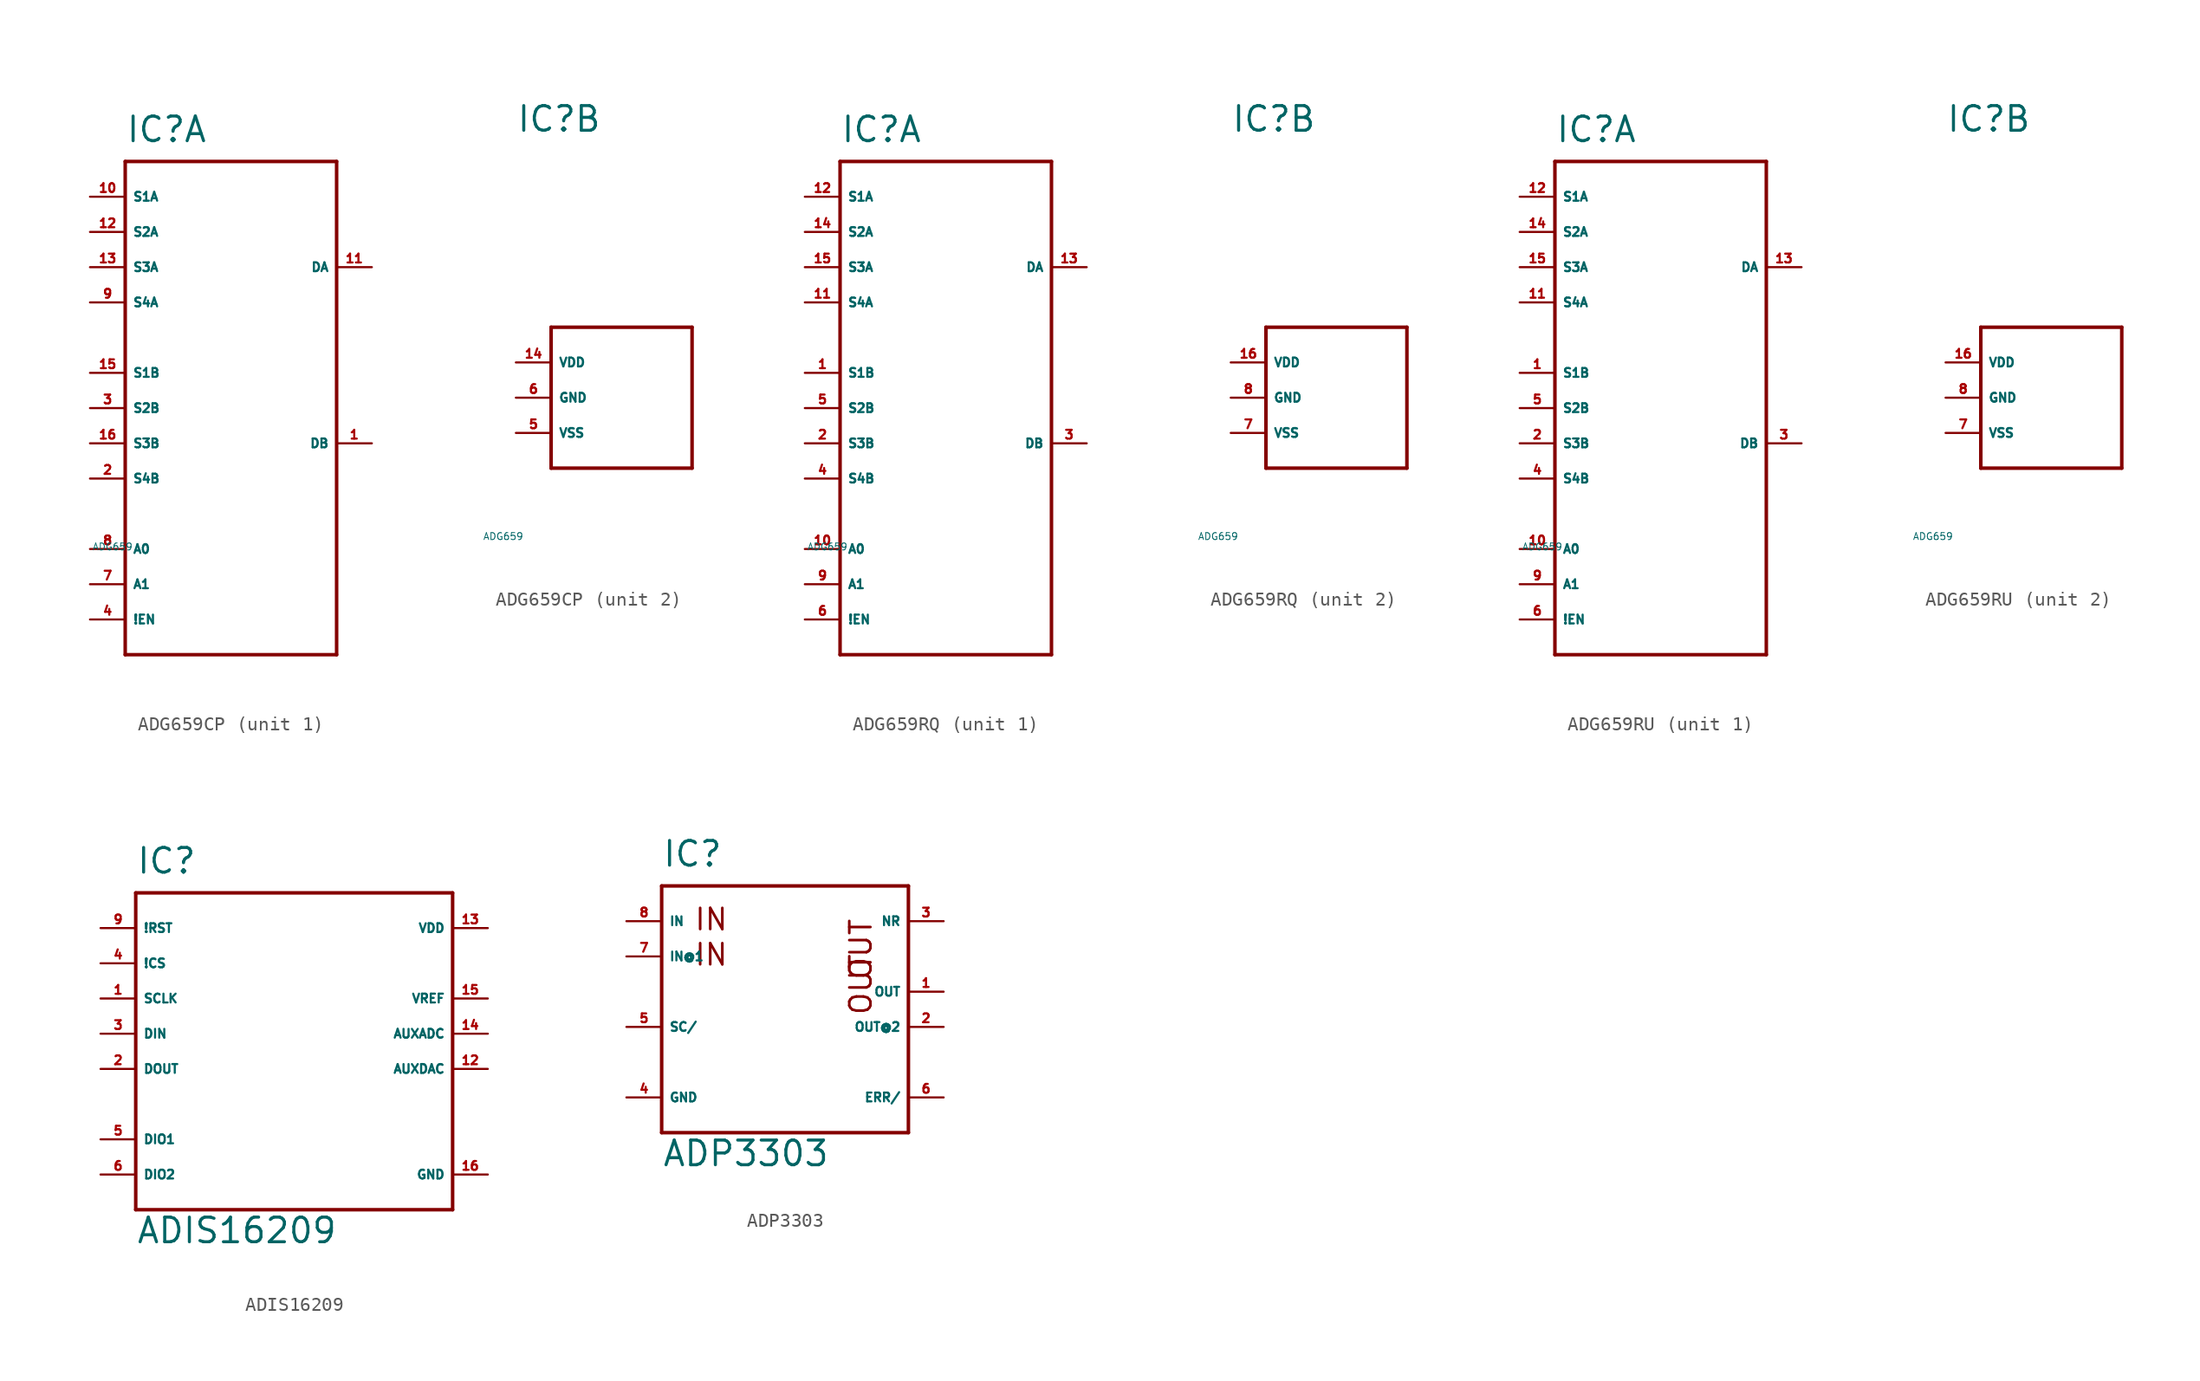
<source format=kicad_sym>
(kicad_symbol_lib
  (version 20220914)
  (generator Eagle2Kicad)
  (symbol "ADG659CP"
    (property "Reference" "IC"
      (at -7.62 19.05 0)
      (effects (font (size 1.778 1.778) (thickness 0.22)) (justify left bottom)))
    (property "Value" "ADG659"
      (at -10 -10 0)
      (effects (font (size 0.5 0.5) (thickness 0.06)) (justify left)))
    (symbol "ADG659CP_1_0"
      (polyline (pts (xy -7.62 17.78) (xy 7.62 17.78)) (stroke (width 0.254) (type default)) (fill (type none)))
      (polyline (pts (xy 7.62 17.78) (xy 7.62 -17.78)) (stroke (width 0.254) (type default)) (fill (type none)))
      (polyline (pts (xy 7.62 -17.78) (xy -7.62 -17.78)) (stroke (width 0.254) (type default)) (fill (type none)))
      (polyline (pts (xy -7.62 -17.78) (xy -7.62 17.78)) (stroke (width 0.254) (type default)) (fill (type none)))
      (pin bidirectional line (at -10.16 15.24 0) (length 2.54) (name "S1A" (effects (font (size 0.635 0.635) (thickness 0.08)) (justify left bottom))) (number "10" (effects (font (size 0.635 0.635) (thickness 0.08)) (justify left bottom))))
      (pin bidirectional line (at -10.16 12.7 0) (length 2.54) (name "S2A" (effects (font (size 0.635 0.635) (thickness 0.08)) (justify left bottom))) (number "12" (effects (font (size 0.635 0.635) (thickness 0.08)) (justify left bottom))))
      (pin bidirectional line (at -10.16 10.16 0) (length 2.54) (name "S3A" (effects (font (size 0.635 0.635) (thickness 0.08)) (justify left bottom))) (number "13" (effects (font (size 0.635 0.635) (thickness 0.08)) (justify left bottom))))
      (pin bidirectional line (at -10.16 7.62 0) (length 2.54) (name "S4A" (effects (font (size 0.635 0.635) (thickness 0.08)) (justify left bottom))) (number "9" (effects (font (size 0.635 0.635) (thickness 0.08)) (justify left bottom))))
      (pin bidirectional line (at 10.16 10.16 180) (length 2.54) (name "DA" (effects (font (size 0.635 0.635) (thickness 0.08)) (justify left bottom))) (number "11" (effects (font (size 0.635 0.635) (thickness 0.08)) (justify left bottom))))
      (pin input line (at -10.16 -10.16 0) (length 2.54) (name "A0" (effects (font (size 0.635 0.635) (thickness 0.08)) (justify left bottom))) (number "8" (effects (font (size 0.635 0.635) (thickness 0.08)) (justify left bottom))))
      (pin input line (at -10.16 -12.7 0) (length 2.54) (name "A1" (effects (font (size 0.635 0.635) (thickness 0.08)) (justify left bottom))) (number "7" (effects (font (size 0.635 0.635) (thickness 0.08)) (justify left bottom))))
      (pin input line (at -10.16 -15.24 0) (length 2.54) (name "!EN" (effects (font (size 0.635 0.635) (thickness 0.08)) (justify left bottom))) (number "4" (effects (font (size 0.635 0.635) (thickness 0.08)) (justify left bottom))))
      (pin bidirectional line (at -10.16 2.54 0) (length 2.54) (name "S1B" (effects (font (size 0.635 0.635) (thickness 0.08)) (justify left bottom))) (number "15" (effects (font (size 0.635 0.635) (thickness 0.08)) (justify left bottom))))
      (pin bidirectional line (at -10.16 0 0) (length 2.54) (name "S2B" (effects (font (size 0.635 0.635) (thickness 0.08)) (justify left bottom))) (number "3" (effects (font (size 0.635 0.635) (thickness 0.08)) (justify left bottom))))
      (pin bidirectional line (at -10.16 -2.54 0) (length 2.54) (name "S3B" (effects (font (size 0.635 0.635) (thickness 0.08)) (justify left bottom))) (number "16" (effects (font (size 0.635 0.635) (thickness 0.08)) (justify left bottom))))
      (pin bidirectional line (at -10.16 -5.08 0) (length 2.54) (name "S4B" (effects (font (size 0.635 0.635) (thickness 0.08)) (justify left bottom))) (number "2" (effects (font (size 0.635 0.635) (thickness 0.08)) (justify left bottom))))
      (pin bidirectional line (at 10.16 -2.54 180) (length 2.54) (name "DB" (effects (font (size 0.635 0.635) (thickness 0.08)) (justify left bottom))) (number "1" (effects (font (size 0.635 0.635) (thickness 0.08)) (justify left bottom)))))
    (symbol "ADG659CP_2_0"
      (polyline (pts (xy -5.08 5.08) (xy 5.08 5.08)) (stroke (width 0.254) (type default)) (fill (type none)))
      (polyline (pts (xy 5.08 5.08) (xy 5.08 -5.08)) (stroke (width 0.254) (type default)) (fill (type none)))
      (polyline (pts (xy 5.08 -5.08) (xy -5.08 -5.08)) (stroke (width 0.254) (type default)) (fill (type none)))
      (polyline (pts (xy -5.08 -5.08) (xy -5.08 5.08)) (stroke (width 0.254) (type default)) (fill (type none)))
      (pin unspecified line (at -7.62 -2.54 0) (length 2.54) (name "VSS" (effects (font (size 0.635 0.635) (thickness 0.08)) (justify left bottom))) (number "5" (effects (font (size 0.635 0.635) (thickness 0.08)) (justify left bottom))))
      (pin unspecified line (at -7.62 0 0) (length 2.54) (name "GND" (effects (font (size 0.635 0.635) (thickness 0.08)) (justify left bottom))) (number "6" (effects (font (size 0.635 0.635) (thickness 0.08)) (justify left bottom))))
      (pin unspecified line (at -7.62 2.54 0) (length 2.54) (name "VDD" (effects (font (size 0.635 0.635) (thickness 0.08)) (justify left bottom))) (number "14" (effects (font (size 0.635 0.635) (thickness 0.08)) (justify left bottom))))))
  (symbol "ADG659RQ"
    (property "Reference" "IC"
      (at -7.62 19.05 0)
      (effects (font (size 1.778 1.778) (thickness 0.22)) (justify left bottom)))
    (property "Value" "ADG659"
      (at -10 -10 0)
      (effects (font (size 0.5 0.5) (thickness 0.06)) (justify left)))
    (symbol "ADG659RQ_1_0"
      (polyline (pts (xy -7.62 17.78) (xy 7.62 17.78)) (stroke (width 0.254) (type default)) (fill (type none)))
      (polyline (pts (xy 7.62 17.78) (xy 7.62 -17.78)) (stroke (width 0.254) (type default)) (fill (type none)))
      (polyline (pts (xy 7.62 -17.78) (xy -7.62 -17.78)) (stroke (width 0.254) (type default)) (fill (type none)))
      (polyline (pts (xy -7.62 -17.78) (xy -7.62 17.78)) (stroke (width 0.254) (type default)) (fill (type none)))
      (pin bidirectional line (at -10.16 15.24 0) (length 2.54) (name "S1A" (effects (font (size 0.635 0.635) (thickness 0.08)) (justify left bottom))) (number "12" (effects (font (size 0.635 0.635) (thickness 0.08)) (justify left bottom))))
      (pin bidirectional line (at -10.16 12.7 0) (length 2.54) (name "S2A" (effects (font (size 0.635 0.635) (thickness 0.08)) (justify left bottom))) (number "14" (effects (font (size 0.635 0.635) (thickness 0.08)) (justify left bottom))))
      (pin bidirectional line (at -10.16 10.16 0) (length 2.54) (name "S3A" (effects (font (size 0.635 0.635) (thickness 0.08)) (justify left bottom))) (number "15" (effects (font (size 0.635 0.635) (thickness 0.08)) (justify left bottom))))
      (pin bidirectional line (at -10.16 7.62 0) (length 2.54) (name "S4A" (effects (font (size 0.635 0.635) (thickness 0.08)) (justify left bottom))) (number "11" (effects (font (size 0.635 0.635) (thickness 0.08)) (justify left bottom))))
      (pin bidirectional line (at 10.16 10.16 180) (length 2.54) (name "DA" (effects (font (size 0.635 0.635) (thickness 0.08)) (justify left bottom))) (number "13" (effects (font (size 0.635 0.635) (thickness 0.08)) (justify left bottom))))
      (pin input line (at -10.16 -10.16 0) (length 2.54) (name "A0" (effects (font (size 0.635 0.635) (thickness 0.08)) (justify left bottom))) (number "10" (effects (font (size 0.635 0.635) (thickness 0.08)) (justify left bottom))))
      (pin input line (at -10.16 -12.7 0) (length 2.54) (name "A1" (effects (font (size 0.635 0.635) (thickness 0.08)) (justify left bottom))) (number "9" (effects (font (size 0.635 0.635) (thickness 0.08)) (justify left bottom))))
      (pin input line (at -10.16 -15.24 0) (length 2.54) (name "!EN" (effects (font (size 0.635 0.635) (thickness 0.08)) (justify left bottom))) (number "6" (effects (font (size 0.635 0.635) (thickness 0.08)) (justify left bottom))))
      (pin bidirectional line (at -10.16 2.54 0) (length 2.54) (name "S1B" (effects (font (size 0.635 0.635) (thickness 0.08)) (justify left bottom))) (number "1" (effects (font (size 0.635 0.635) (thickness 0.08)) (justify left bottom))))
      (pin bidirectional line (at -10.16 0 0) (length 2.54) (name "S2B" (effects (font (size 0.635 0.635) (thickness 0.08)) (justify left bottom))) (number "5" (effects (font (size 0.635 0.635) (thickness 0.08)) (justify left bottom))))
      (pin bidirectional line (at -10.16 -2.54 0) (length 2.54) (name "S3B" (effects (font (size 0.635 0.635) (thickness 0.08)) (justify left bottom))) (number "2" (effects (font (size 0.635 0.635) (thickness 0.08)) (justify left bottom))))
      (pin bidirectional line (at -10.16 -5.08 0) (length 2.54) (name "S4B" (effects (font (size 0.635 0.635) (thickness 0.08)) (justify left bottom))) (number "4" (effects (font (size 0.635 0.635) (thickness 0.08)) (justify left bottom))))
      (pin bidirectional line (at 10.16 -2.54 180) (length 2.54) (name "DB" (effects (font (size 0.635 0.635) (thickness 0.08)) (justify left bottom))) (number "3" (effects (font (size 0.635 0.635) (thickness 0.08)) (justify left bottom)))))
    (symbol "ADG659RQ_2_0"
      (polyline (pts (xy -5.08 5.08) (xy 5.08 5.08)) (stroke (width 0.254) (type default)) (fill (type none)))
      (polyline (pts (xy 5.08 5.08) (xy 5.08 -5.08)) (stroke (width 0.254) (type default)) (fill (type none)))
      (polyline (pts (xy 5.08 -5.08) (xy -5.08 -5.08)) (stroke (width 0.254) (type default)) (fill (type none)))
      (polyline (pts (xy -5.08 -5.08) (xy -5.08 5.08)) (stroke (width 0.254) (type default)) (fill (type none)))
      (pin unspecified line (at -7.62 -2.54 0) (length 2.54) (name "VSS" (effects (font (size 0.635 0.635) (thickness 0.08)) (justify left bottom))) (number "7" (effects (font (size 0.635 0.635) (thickness 0.08)) (justify left bottom))))
      (pin unspecified line (at -7.62 0 0) (length 2.54) (name "GND" (effects (font (size 0.635 0.635) (thickness 0.08)) (justify left bottom))) (number "8" (effects (font (size 0.635 0.635) (thickness 0.08)) (justify left bottom))))
      (pin unspecified line (at -7.62 2.54 0) (length 2.54) (name "VDD" (effects (font (size 0.635 0.635) (thickness 0.08)) (justify left bottom))) (number "16" (effects (font (size 0.635 0.635) (thickness 0.08)) (justify left bottom))))))
  (symbol "ADG659RU"
    (property "Reference" "IC"
      (at -7.62 19.05 0)
      (effects (font (size 1.778 1.778) (thickness 0.22)) (justify left bottom)))
    (property "Value" "ADG659"
      (at -10 -10 0)
      (effects (font (size 0.5 0.5) (thickness 0.06)) (justify left)))
    (symbol "ADG659RU_1_0"
      (polyline (pts (xy -7.62 17.78) (xy 7.62 17.78)) (stroke (width 0.254) (type default)) (fill (type none)))
      (polyline (pts (xy 7.62 17.78) (xy 7.62 -17.78)) (stroke (width 0.254) (type default)) (fill (type none)))
      (polyline (pts (xy 7.62 -17.78) (xy -7.62 -17.78)) (stroke (width 0.254) (type default)) (fill (type none)))
      (polyline (pts (xy -7.62 -17.78) (xy -7.62 17.78)) (stroke (width 0.254) (type default)) (fill (type none)))
      (pin bidirectional line (at -10.16 15.24 0) (length 2.54) (name "S1A" (effects (font (size 0.635 0.635) (thickness 0.08)) (justify left bottom))) (number "12" (effects (font (size 0.635 0.635) (thickness 0.08)) (justify left bottom))))
      (pin bidirectional line (at -10.16 12.7 0) (length 2.54) (name "S2A" (effects (font (size 0.635 0.635) (thickness 0.08)) (justify left bottom))) (number "14" (effects (font (size 0.635 0.635) (thickness 0.08)) (justify left bottom))))
      (pin bidirectional line (at -10.16 10.16 0) (length 2.54) (name "S3A" (effects (font (size 0.635 0.635) (thickness 0.08)) (justify left bottom))) (number "15" (effects (font (size 0.635 0.635) (thickness 0.08)) (justify left bottom))))
      (pin bidirectional line (at -10.16 7.62 0) (length 2.54) (name "S4A" (effects (font (size 0.635 0.635) (thickness 0.08)) (justify left bottom))) (number "11" (effects (font (size 0.635 0.635) (thickness 0.08)) (justify left bottom))))
      (pin bidirectional line (at 10.16 10.16 180) (length 2.54) (name "DA" (effects (font (size 0.635 0.635) (thickness 0.08)) (justify left bottom))) (number "13" (effects (font (size 0.635 0.635) (thickness 0.08)) (justify left bottom))))
      (pin input line (at -10.16 -10.16 0) (length 2.54) (name "A0" (effects (font (size 0.635 0.635) (thickness 0.08)) (justify left bottom))) (number "10" (effects (font (size 0.635 0.635) (thickness 0.08)) (justify left bottom))))
      (pin input line (at -10.16 -12.7 0) (length 2.54) (name "A1" (effects (font (size 0.635 0.635) (thickness 0.08)) (justify left bottom))) (number "9" (effects (font (size 0.635 0.635) (thickness 0.08)) (justify left bottom))))
      (pin input line (at -10.16 -15.24 0) (length 2.54) (name "!EN" (effects (font (size 0.635 0.635) (thickness 0.08)) (justify left bottom))) (number "6" (effects (font (size 0.635 0.635) (thickness 0.08)) (justify left bottom))))
      (pin bidirectional line (at -10.16 2.54 0) (length 2.54) (name "S1B" (effects (font (size 0.635 0.635) (thickness 0.08)) (justify left bottom))) (number "1" (effects (font (size 0.635 0.635) (thickness 0.08)) (justify left bottom))))
      (pin bidirectional line (at -10.16 0 0) (length 2.54) (name "S2B" (effects (font (size 0.635 0.635) (thickness 0.08)) (justify left bottom))) (number "5" (effects (font (size 0.635 0.635) (thickness 0.08)) (justify left bottom))))
      (pin bidirectional line (at -10.16 -2.54 0) (length 2.54) (name "S3B" (effects (font (size 0.635 0.635) (thickness 0.08)) (justify left bottom))) (number "2" (effects (font (size 0.635 0.635) (thickness 0.08)) (justify left bottom))))
      (pin bidirectional line (at -10.16 -5.08 0) (length 2.54) (name "S4B" (effects (font (size 0.635 0.635) (thickness 0.08)) (justify left bottom))) (number "4" (effects (font (size 0.635 0.635) (thickness 0.08)) (justify left bottom))))
      (pin bidirectional line (at 10.16 -2.54 180) (length 2.54) (name "DB" (effects (font (size 0.635 0.635) (thickness 0.08)) (justify left bottom))) (number "3" (effects (font (size 0.635 0.635) (thickness 0.08)) (justify left bottom)))))
    (symbol "ADG659RU_2_0"
      (polyline (pts (xy -5.08 5.08) (xy 5.08 5.08)) (stroke (width 0.254) (type default)) (fill (type none)))
      (polyline (pts (xy 5.08 5.08) (xy 5.08 -5.08)) (stroke (width 0.254) (type default)) (fill (type none)))
      (polyline (pts (xy 5.08 -5.08) (xy -5.08 -5.08)) (stroke (width 0.254) (type default)) (fill (type none)))
      (polyline (pts (xy -5.08 -5.08) (xy -5.08 5.08)) (stroke (width 0.254) (type default)) (fill (type none)))
      (pin unspecified line (at -7.62 -2.54 0) (length 2.54) (name "VSS" (effects (font (size 0.635 0.635) (thickness 0.08)) (justify left bottom))) (number "7" (effects (font (size 0.635 0.635) (thickness 0.08)) (justify left bottom))))
      (pin unspecified line (at -7.62 0 0) (length 2.54) (name "GND" (effects (font (size 0.635 0.635) (thickness 0.08)) (justify left bottom))) (number "8" (effects (font (size 0.635 0.635) (thickness 0.08)) (justify left bottom))))
      (pin unspecified line (at -7.62 2.54 0) (length 2.54) (name "VDD" (effects (font (size 0.635 0.635) (thickness 0.08)) (justify left bottom))) (number "16" (effects (font (size 0.635 0.635) (thickness 0.08)) (justify left bottom))))))
  (symbol "ADIS16209"
    (property "Reference" "IC"
      (at -10.16 11.43 0)
      (effects (font (size 1.778 1.778) (thickness 0.22)) (justify left bottom)))
    (property "Value" "ADIS16209"
      (at -10.16 -15.24 0)
      (effects (font (size 1.778 1.778) (thickness 0.22)) (justify left bottom)))
    (polyline
      (pts (xy -10.16 10.16) (xy 12.7 10.16))
      (stroke (width 0.254) (type default))
      (fill (type none)))
    (polyline
      (pts (xy 12.7 10.16) (xy 12.7 -12.7))
      (stroke (width 0.254) (type default))
      (fill (type none)))
    (polyline
      (pts (xy 12.7 -12.7) (xy -10.16 -12.7))
      (stroke (width 0.254) (type default))
      (fill (type none)))
    (polyline
      (pts (xy -10.16 -12.7) (xy -10.16 10.16))
      (stroke (width 0.254) (type default))
      (fill (type none)))
    (pin input line
      (at 15.24 0 180)
      (length 2.54)
      (name "AUXADC" (effects (font (size 0.635 0.635) (thickness 0.08)) (justify left bottom)))
      (number "14" (effects (font (size 0.635 0.635) (thickness 0.08)) (justify left bottom))))
    (pin input line
      (at 15.24 -2.54 180)
      (length 2.54)
      (name "AUXDAC" (effects (font (size 0.635 0.635) (thickness 0.08)) (justify left bottom)))
      (number "12" (effects (font (size 0.635 0.635) (thickness 0.08)) (justify left bottom))))
    (pin input line
      (at 15.24 2.54 180)
      (length 2.54)
      (name "VREF" (effects (font (size 0.635 0.635) (thickness 0.08)) (justify left bottom)))
      (number "15" (effects (font (size 0.635 0.635) (thickness 0.08)) (justify left bottom))))
    (pin input line
      (at -12.7 5.08 0)
      (length 2.54)
      (name "!CS" (effects (font (size 0.635 0.635) (thickness 0.08)) (justify left bottom)))
      (number "4" (effects (font (size 0.635 0.635) (thickness 0.08)) (justify left bottom))))
    (pin input line
      (at -12.7 2.54 0)
      (length 2.54)
      (name "SCLK" (effects (font (size 0.635 0.635) (thickness 0.08)) (justify left bottom)))
      (number "1" (effects (font (size 0.635 0.635) (thickness 0.08)) (justify left bottom))))
    (pin input line
      (at -12.7 0 0)
      (length 2.54)
      (name "DIN" (effects (font (size 0.635 0.635) (thickness 0.08)) (justify left bottom)))
      (number "3" (effects (font (size 0.635 0.635) (thickness 0.08)) (justify left bottom))))
    (pin output line
      (at -12.7 -2.54 0)
      (length 2.54)
      (name "DOUT" (effects (font (size 0.635 0.635) (thickness 0.08)) (justify left bottom)))
      (number "2" (effects (font (size 0.635 0.635) (thickness 0.08)) (justify left bottom))))
    (pin bidirectional line
      (at -12.7 -7.62 0)
      (length 2.54)
      (name "DIO1" (effects (font (size 0.635 0.635) (thickness 0.08)) (justify left bottom)))
      (number "5" (effects (font (size 0.635 0.635) (thickness 0.08)) (justify left bottom))))
    (pin bidirectional line
      (at -12.7 -10.16 0)
      (length 2.54)
      (name "DIO2" (effects (font (size 0.635 0.635) (thickness 0.08)) (justify left bottom)))
      (number "6" (effects (font (size 0.635 0.635) (thickness 0.08)) (justify left bottom))))
    (pin input line
      (at -12.7 7.62 0)
      (length 2.54)
      (name "!RST" (effects (font (size 0.635 0.635) (thickness 0.08)) (justify left bottom)))
      (number "9" (effects (font (size 0.635 0.635) (thickness 0.08)) (justify left bottom))))
    (pin unspecified line
      (at 15.24 7.62 180)
      (length 2.54)
      (name "VDD" (effects (font (size 0.635 0.635) (thickness 0.08)) (justify left bottom)))
      (number "13" (effects (font (size 0.635 0.635) (thickness 0.08)) (justify left bottom))))
    (pin unspecified line
      (at 15.24 -10.16 180)
      (length 2.54)
      (name "GND" (effects (font (size 0.635 0.635) (thickness 0.08)) (justify left bottom)))
      (number "16" (effects (font (size 0.635 0.635) (thickness 0.08)) (justify left bottom)))))
  (symbol "ADP3303"
    (property "Reference" "IC"
      (at -10.16 8.89 0)
      (effects (font (size 1.778 1.778) (thickness 0.22)) (justify left bottom)))
    (property "Value" "ADP3303"
      (at -10.16 -12.7 0)
      (effects (font (size 1.778 1.778) (thickness 0.22)) (justify left bottom)))
    (polyline
      (pts (xy -10.16 7.62) (xy -10.16 -10.16))
      (stroke (width 0.254) (type default))
      (fill (type none)))
    (polyline
      (pts (xy -10.16 -10.16) (xy 7.62 -10.16))
      (stroke (width 0.254) (type default))
      (fill (type none)))
    (polyline
      (pts (xy 7.62 -10.16) (xy 7.62 7.62))
      (stroke (width 0.254) (type default))
      (fill (type none)))
    (polyline
      (pts (xy 7.62 7.62) (xy -10.16 7.62))
      (stroke (width 0.254) (type default))
      (fill (type none)))
    (text "IN"
      (at -7.874 4.318 0)
      (effects (font (size 1.524 1.524) (thickness 0.19)) (justify left bottom)))
    (text "OUT"
      (at 5.08 -1.778 1800)
      (effects (font (size 1.524 1.524) (thickness 0.19)) (justify left bottom)))
    (text "IN "
      (at -7.874 1.778 0)
      (effects (font (size 1.524 1.524) (thickness 0.19)) (justify left bottom)))
    (text "OUT"
      (at 5.08 0.762 1800)
      (effects (font (size 1.524 1.524) (thickness 0.19)) (justify left bottom)))
    (pin passive line
      (at 10.16 0 180)
      (length 2.54)
      (name "OUT" (effects (font (size 0.635 0.635) (thickness 0.08)) (justify left bottom)))
      (number "1" (effects (font (size 0.635 0.635) (thickness 0.08)) (justify left bottom))))
    (pin passive line
      (at 10.16 -2.54 180)
      (length 2.54)
      (name "OUT@2" (effects (font (size 0.635 0.635) (thickness 0.08)) (justify left bottom)))
      (number "2" (effects (font (size 0.635 0.635) (thickness 0.08)) (justify left bottom))))
    (pin passive line
      (at 10.16 5.08 180)
      (length 2.54)
      (name "NR" (effects (font (size 0.635 0.635) (thickness 0.08)) (justify left bottom)))
      (number "3" (effects (font (size 0.635 0.635) (thickness 0.08)) (justify left bottom))))
    (pin unspecified line
      (at -12.7 -7.62 0)
      (length 2.54)
      (name "GND" (effects (font (size 0.635 0.635) (thickness 0.08)) (justify left bottom)))
      (number "4" (effects (font (size 0.635 0.635) (thickness 0.08)) (justify left bottom))))
    (pin input line
      (at -12.7 -2.54 0)
      (length 2.54)
      (name "SC/" (effects (font (size 0.635 0.635) (thickness 0.08)) (justify left bottom)))
      (number "5" (effects (font (size 0.635 0.635) (thickness 0.08)) (justify left bottom))))
    (pin open_collector line
      (at 10.16 -7.62 180)
      (length 2.54)
      (name "ERR/" (effects (font (size 0.635 0.635) (thickness 0.08)) (justify left bottom)))
      (number "6" (effects (font (size 0.635 0.635) (thickness 0.08)) (justify left bottom))))
    (pin input line
      (at -12.7 5.08 0)
      (length 2.54)
      (name "IN" (effects (font (size 0.635 0.635) (thickness 0.08)) (justify left bottom)))
      (number "8" (effects (font (size 0.635 0.635) (thickness 0.08)) (justify left bottom))))
    (pin input line
      (at -12.7 2.54 0)
      (length 2.54)
      (name "IN@1" (effects (font (size 0.635 0.635) (thickness 0.08)) (justify left bottom)))
      (number "7" (effects (font (size 0.635 0.635) (thickness 0.08)) (justify left bottom))))))
</source>
